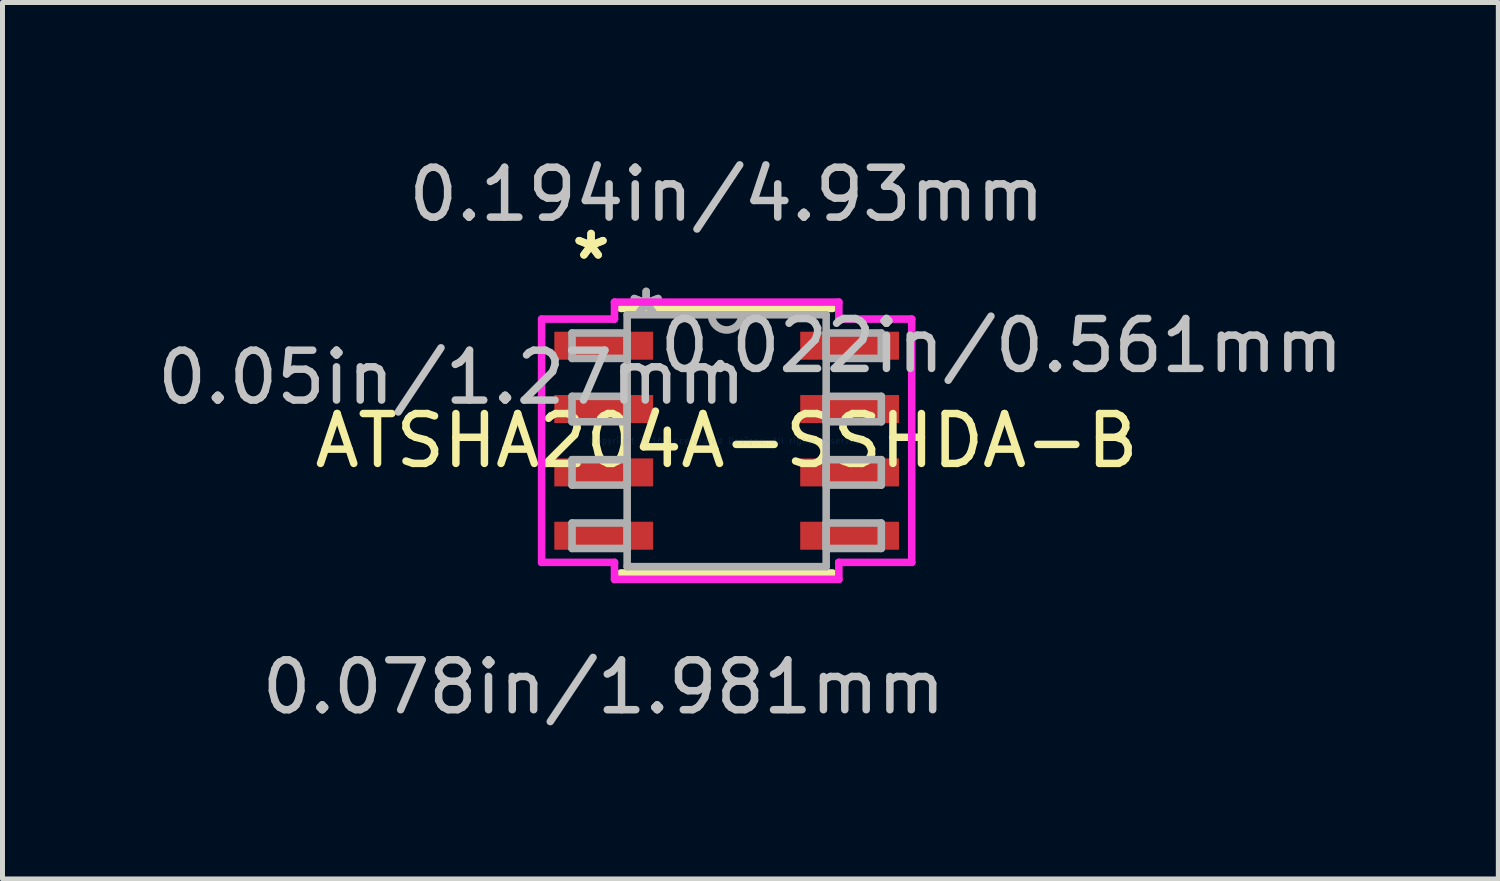
<source format=kicad_pcb>
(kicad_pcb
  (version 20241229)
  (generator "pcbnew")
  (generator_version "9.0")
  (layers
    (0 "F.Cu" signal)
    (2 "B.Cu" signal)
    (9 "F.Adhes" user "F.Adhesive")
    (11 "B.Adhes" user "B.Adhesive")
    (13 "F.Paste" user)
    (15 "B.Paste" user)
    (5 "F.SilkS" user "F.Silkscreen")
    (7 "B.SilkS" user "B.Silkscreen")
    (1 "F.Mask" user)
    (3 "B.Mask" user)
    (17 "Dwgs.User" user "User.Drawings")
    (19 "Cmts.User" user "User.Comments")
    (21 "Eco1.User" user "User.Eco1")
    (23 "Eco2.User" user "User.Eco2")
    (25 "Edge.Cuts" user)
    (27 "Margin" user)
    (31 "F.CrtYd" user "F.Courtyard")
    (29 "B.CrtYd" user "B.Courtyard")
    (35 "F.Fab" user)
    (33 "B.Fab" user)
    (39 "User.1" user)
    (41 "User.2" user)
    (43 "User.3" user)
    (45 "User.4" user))
  (footprint "ATSHA204A-SSHDA-B"
    (layer "F.Cu")
    (at 11.519 5.786)
    (property "Reference" "ATSHA204A-SSHDA-B" (at 0 0 0) (layer "F.SilkS") (effects (font (size 1 1) (thickness 0.15))))
    (attr through_hole)
    (fp_line (start -2.122 2.652) (end 2.122 2.652) (stroke (width 0.152) (type solid)) (layer "F.SilkS"))
    (fp_line (start 2.122 -2.652) (end -2.122 -2.652) (stroke (width 0.152) (type solid)) (layer "F.SilkS"))
    (fp_line (start -3.71 -2.439) (end -2.249 -2.439) (stroke (width 0.152) (type solid)) (layer "F.CrtYd"))
    (fp_line (start -3.71 2.439) (end -3.71 -2.439) (stroke (width 0.152) (type solid)) (layer "F.CrtYd"))
    (fp_line (start -2.249 -2.779) (end 2.249 -2.779) (stroke (width 0.152) (type solid)) (layer "F.CrtYd"))
    (fp_line (start -2.249 -2.439) (end -2.249 -2.779) (stroke (width 0.152) (type solid)) (layer "F.CrtYd"))
    (fp_line (start -2.249 2.439) (end -3.71 2.439) (stroke (width 0.152) (type solid)) (layer "F.CrtYd"))
    (fp_line (start -2.249 2.779) (end -2.249 2.439) (stroke (width 0.152) (type solid)) (layer "F.CrtYd"))
    (fp_line (start 2.249 -2.779) (end 2.249 -2.439) (stroke (width 0.152) (type solid)) (layer "F.CrtYd"))
    (fp_line (start 2.249 -2.439) (end 3.71 -2.439) (stroke (width 0.152) (type solid)) (layer "F.CrtYd"))
    (fp_line (start 2.249 2.439) (end 2.249 2.779) (stroke (width 0.152) (type solid)) (layer "F.CrtYd"))
    (fp_line (start 2.249 2.779) (end -2.249 2.779) (stroke (width 0.152) (type solid)) (layer "F.CrtYd"))
    (fp_line (start 3.71 -2.439) (end 3.71 2.439) (stroke (width 0.152) (type solid)) (layer "F.CrtYd"))
    (fp_line (start 3.71 2.439) (end 2.249 2.439) (stroke (width 0.152) (type solid)) (layer "F.CrtYd"))
    (fp_line (start -3.1 -2.16) (end -3.1 -1.65) (stroke (width 0.152) (type solid)) (layer "F.Fab"))
    (fp_line (start -3.1 -1.65) (end -1.995 -1.65) (stroke (width 0.152) (type solid)) (layer "F.Fab"))
    (fp_line (start -3.1 -0.89) (end -3.1 -0.38) (stroke (width 0.152) (type solid)) (layer "F.Fab"))
    (fp_line (start -3.1 -0.38) (end -1.995 -0.38) (stroke (width 0.152) (type solid)) (layer "F.Fab"))
    (fp_line (start -3.1 0.38) (end -3.1 0.89) (stroke (width 0.152) (type solid)) (layer "F.Fab"))
    (fp_line (start -3.1 0.89) (end -1.995 0.89) (stroke (width 0.152) (type solid)) (layer "F.Fab"))
    (fp_line (start -3.1 1.65) (end -3.1 2.16) (stroke (width 0.152) (type solid)) (layer "F.Fab"))
    (fp_line (start -3.1 2.16) (end -1.995 2.16) (stroke (width 0.152) (type solid)) (layer "F.Fab"))
    (fp_line (start -1.995 -2.525) (end -1.995 2.525) (stroke (width 0.152) (type solid)) (layer "F.Fab"))
    (fp_line (start -1.995 -2.16) (end -3.1 -2.16) (stroke (width 0.152) (type solid)) (layer "F.Fab"))
    (fp_line (start -1.995 -1.65) (end -1.995 -2.16) (stroke (width 0.152) (type solid)) (layer "F.Fab"))
    (fp_line (start -1.995 -0.89) (end -3.1 -0.89) (stroke (width 0.152) (type solid)) (layer "F.Fab"))
    (fp_line (start -1.995 -0.38) (end -1.995 -0.89) (stroke (width 0.152) (type solid)) (layer "F.Fab"))
    (fp_line (start -1.995 0.38) (end -3.1 0.38) (stroke (width 0.152) (type solid)) (layer "F.Fab"))
    (fp_line (start -1.995 0.89) (end -1.995 0.38) (stroke (width 0.152) (type solid)) (layer "F.Fab"))
    (fp_line (start -1.995 1.65) (end -3.1 1.65) (stroke (width 0.152) (type solid)) (layer "F.Fab"))
    (fp_line (start -1.995 2.16) (end -1.995 1.65) (stroke (width 0.152) (type solid)) (layer "F.Fab"))
    (fp_line (start -1.995 2.525) (end 1.995 2.525) (stroke (width 0.152) (type solid)) (layer "F.Fab"))
    (fp_line (start 1.995 -2.525) (end -1.995 -2.525) (stroke (width 0.152) (type solid)) (layer "F.Fab"))
    (fp_line (start 1.995 -2.16) (end 1.995 -1.65) (stroke (width 0.152) (type solid)) (layer "F.Fab"))
    (fp_line (start 1.995 -1.65) (end 3.1 -1.65) (stroke (width 0.152) (type solid)) (layer "F.Fab"))
    (fp_line (start 1.995 -0.89) (end 1.995 -0.38) (stroke (width 0.152) (type solid)) (layer "F.Fab"))
    (fp_line (start 1.995 -0.38) (end 3.1 -0.38) (stroke (width 0.152) (type solid)) (layer "F.Fab"))
    (fp_line (start 1.995 0.38) (end 1.995 0.89) (stroke (width 0.152) (type solid)) (layer "F.Fab"))
    (fp_line (start 1.995 0.89) (end 3.1 0.89) (stroke (width 0.152) (type solid)) (layer "F.Fab"))
    (fp_line (start 1.995 1.65) (end 1.995 2.16) (stroke (width 0.152) (type solid)) (layer "F.Fab"))
    (fp_line (start 1.995 2.16) (end 3.1 2.16) (stroke (width 0.152) (type solid)) (layer "F.Fab"))
    (fp_line (start 1.995 2.525) (end 1.995 -2.525) (stroke (width 0.152) (type solid)) (layer "F.Fab"))
    (fp_line (start 3.1 -2.16) (end 1.995 -2.16) (stroke (width 0.152) (type solid)) (layer "F.Fab"))
    (fp_line (start 3.1 -1.65) (end 3.1 -2.16) (stroke (width 0.152) (type solid)) (layer "F.Fab"))
    (fp_line (start 3.1 -0.89) (end 1.995 -0.89) (stroke (width 0.152) (type solid)) (layer "F.Fab"))
    (fp_line (start 3.1 -0.38) (end 3.1 -0.89) (stroke (width 0.152) (type solid)) (layer "F.Fab"))
    (fp_line (start 3.1 0.38) (end 1.995 0.38) (stroke (width 0.152) (type solid)) (layer "F.Fab"))
    (fp_line (start 3.1 0.89) (end 3.1 0.38) (stroke (width 0.152) (type solid)) (layer "F.Fab"))
    (fp_line (start 3.1 1.65) (end 1.995 1.65) (stroke (width 0.152) (type solid)) (layer "F.Fab"))
    (fp_line (start 3.1 2.16) (end 3.1 1.65) (stroke (width 0.152) (type solid)) (layer "F.Fab"))
    (fp_arc (start 0.3048 -2.525) (mid 0 -2.2202) (end -0.3048 -2.525) (stroke (width 0.1524) (type solid)) (layer "F.Fab"))
    (fp_text user "*" (at -2.719 -3.609 0) (layer "F.SilkS") (effects (font (size 1 1) (thickness 0.15))))
    (fp_text user "*" (at -2.719 -3.609 0) (layer "F.SilkS") (effects (font (size 1 1) (thickness 0.15))))
    (fp_text user "0.194in/4.93mm" (at 0 -4.938 0) (layer "Dwgs.User") (effects (font (size 1 1) (thickness 0.15))))
    (fp_text user "0.05in/1.27mm" (at -5.513 -1.27 0) (layer "Dwgs.User") (effects (font (size 1 1) (thickness 0.15))))
    (fp_text user "0.078in/1.981mm" (at -2.465 4.938 0) (layer "Dwgs.User") (effects (font (size 1 1) (thickness 0.15))))
    (fp_text user "0.022in/0.561mm" (at 5.513 -1.905 0) (layer "Dwgs.User") (effects (font (size 1 1) (thickness 0.15))))
    (fp_text user "Copyright 2016 Accelerated Designs. All rights reserved." (at 0 0 0) (layer "Cmts.User") (effects (font (size 0.127 0.127) (thickness 0.002))))
    (fp_text user "*" (at -1.614 -2.449 0) (layer "F.Fab") (effects (font (size 1 1) (thickness 0.15))))
    (fp_text user "*" (at -1.614 -2.449 0) (layer "F.Fab") (effects (font (size 1 1) (thickness 0.15))))
    (pad "1" smd rect (at -2.465 -1.905) (size 1.981 0.561) (layers "F.Cu" "F.Mask" "F.Paste"))
    (pad "2" smd rect (at -2.465 -0.635) (size 1.981 0.561) (layers "F.Cu" "F.Mask" "F.Paste"))
    (pad "3" smd rect (at -2.465 0.635) (size 1.981 0.561) (layers "F.Cu" "F.Mask" "F.Paste"))
    (pad "4" smd rect (at -2.465 1.905) (size 1.981 0.561) (layers "F.Cu" "F.Mask" "F.Paste"))
    (pad "5" smd rect (at 2.465 1.905) (size 1.981 0.561) (layers "F.Cu" "F.Mask" "F.Paste"))
    (pad "6" smd rect (at 2.465 0.635) (size 1.981 0.561) (layers "F.Cu" "F.Mask" "F.Paste"))
    (pad "7" smd rect (at 2.465 -0.635) (size 1.981 0.561) (layers "F.Cu" "F.Mask" "F.Paste"))
    (pad "8" smd rect (at 2.465 -1.905) (size 1.981 0.561) (layers "F.Cu" "F.Mask" "F.Paste")))
  (gr_rect
    (start -3 -3)
    (end 26.99 14.572)
    (stroke (width 0.1) (type default))
    (fill no)
    (layer "Edge.Cuts")))
</source>
